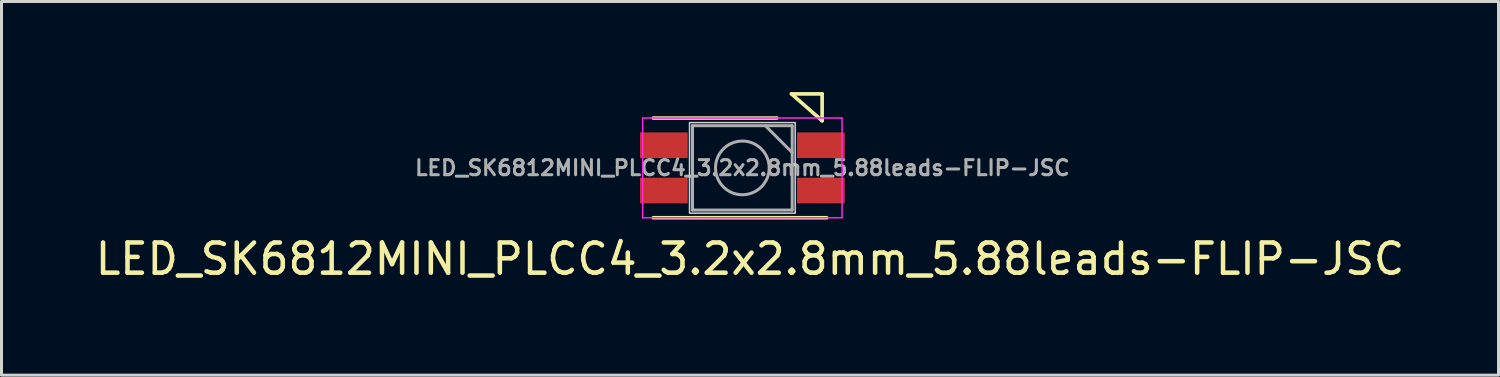
<source format=kicad_pcb>
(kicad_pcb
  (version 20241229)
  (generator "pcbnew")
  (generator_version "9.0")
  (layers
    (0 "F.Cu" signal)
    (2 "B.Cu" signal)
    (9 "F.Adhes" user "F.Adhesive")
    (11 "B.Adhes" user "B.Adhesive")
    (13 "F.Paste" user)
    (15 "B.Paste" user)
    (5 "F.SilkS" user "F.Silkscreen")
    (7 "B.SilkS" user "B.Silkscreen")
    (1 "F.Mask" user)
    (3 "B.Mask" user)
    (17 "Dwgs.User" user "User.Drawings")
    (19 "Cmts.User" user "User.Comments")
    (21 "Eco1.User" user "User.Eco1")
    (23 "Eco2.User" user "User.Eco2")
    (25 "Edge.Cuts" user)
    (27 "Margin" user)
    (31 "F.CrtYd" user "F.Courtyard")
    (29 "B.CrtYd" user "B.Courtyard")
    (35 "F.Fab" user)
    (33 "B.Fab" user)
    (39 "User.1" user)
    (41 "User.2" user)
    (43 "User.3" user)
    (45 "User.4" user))
  (footprint "LED_SK6812MINI_PLCC4_3.2x2.8mm_5.88leads-FLIP-JSC"
    (layer "F.Cu")
    (at 21.538 2.511)
    (property "Reference" "LED_SK6812MINI_PLCC4_3.2x2.8mm_5.88leads-FLIP-JSC" (at 0.254 3.016 180) (layer "F.SilkS") (effects (font (size 1 1) (thickness 0.15))))
    (attr smd)
    (fp_line (start -2.95 -1.651) (end 1.143 -1.651) (stroke (width 0.12) (type solid)) (layer "F.SilkS"))
    (fp_line (start -2.95 1.651) (end 2.794 1.651) (stroke (width 0.12) (type solid)) (layer "F.SilkS"))
    (fp_line (start 1.626 -2.451) (end 2.642 -2.451) (stroke (width 0.12) (type solid)) (layer "F.SilkS"))
    (fp_line (start 2.642 -2.451) (end 2.642 -1.562) (stroke (width 0.12) (type solid)) (layer "F.SilkS"))
    (fp_line (start 2.642 -1.562) (end 1.626 -2.451) (stroke (width 0.12) (type solid)) (layer "F.SilkS"))
    (fp_rect (start -1.75 -1.5) (end 1.75 1.5) (stroke (width 0.05) (type solid)) (fill no) (layer "Edge.Cuts"))
    (fp_line (start -3.302 -1.651) (end -3.302 1.651) (stroke (width 0.05) (type solid)) (layer "F.CrtYd"))
    (fp_line (start -3.302 1.651) (end 3.302 1.651) (stroke (width 0.05) (type solid)) (layer "F.CrtYd"))
    (fp_line (start 3.302 -1.651) (end -3.302 -1.651) (stroke (width 0.05) (type solid)) (layer "F.CrtYd"))
    (fp_line (start 3.302 -1.651) (end 3.302 1.651) (stroke (width 0.05) (type solid)) (layer "F.CrtYd"))
    (fp_line (start -1.651 -1.397) (end -1.651 1.397) (stroke (width 0.1) (type solid)) (layer "F.Fab"))
    (fp_line (start -1.651 1.397) (end 1.651 1.397) (stroke (width 0.1) (type solid)) (layer "F.Fab"))
    (fp_line (start 1.651 -1.397) (end -1.651 -1.397) (stroke (width 0.1) (type solid)) (layer "F.Fab"))
    (fp_line (start 1.651 -0.508) (end 0.762 -1.397) (stroke (width 0.1) (type solid)) (layer "F.Fab"))
    (fp_line (start 1.651 1.397) (end 1.651 -1.397) (stroke (width 0.1) (type solid)) (layer "F.Fab"))
    (fp_circle (center 0 0) (end 0 -0.889) (stroke (width 0.1) (type solid)) (fill no) (layer "F.Fab"))
    (fp_text user "${REFERENCE}" (at 0 0 180) (layer "F.Fab") (effects (font (size 0.5 0.5) (thickness 0.1))))
    (pad "1" smd rect (at -2.6 0.75) (size 1.58 0.85) (layers "F.Cu" "F.Mask" "F.Paste"))
    (pad "2" smd rect (at -2.6 -0.75) (size 1.58 0.85) (layers "F.Cu" "F.Mask" "F.Paste"))
    (pad "3" smd rect (at 2.6 -0.75) (size 1.58 0.85) (layers "F.Cu" "F.Mask" "F.Paste"))
    (pad "4" smd rect (at 2.6 0.75) (size 1.58 0.85) (layers "F.Cu" "F.Mask" "F.Paste")))
  (gr_rect
    (start -3 -3)
    (end 46.583 9.376)
    (stroke (width 0.1) (type default))
    (fill no)
    (layer "Edge.Cuts")))
</source>
